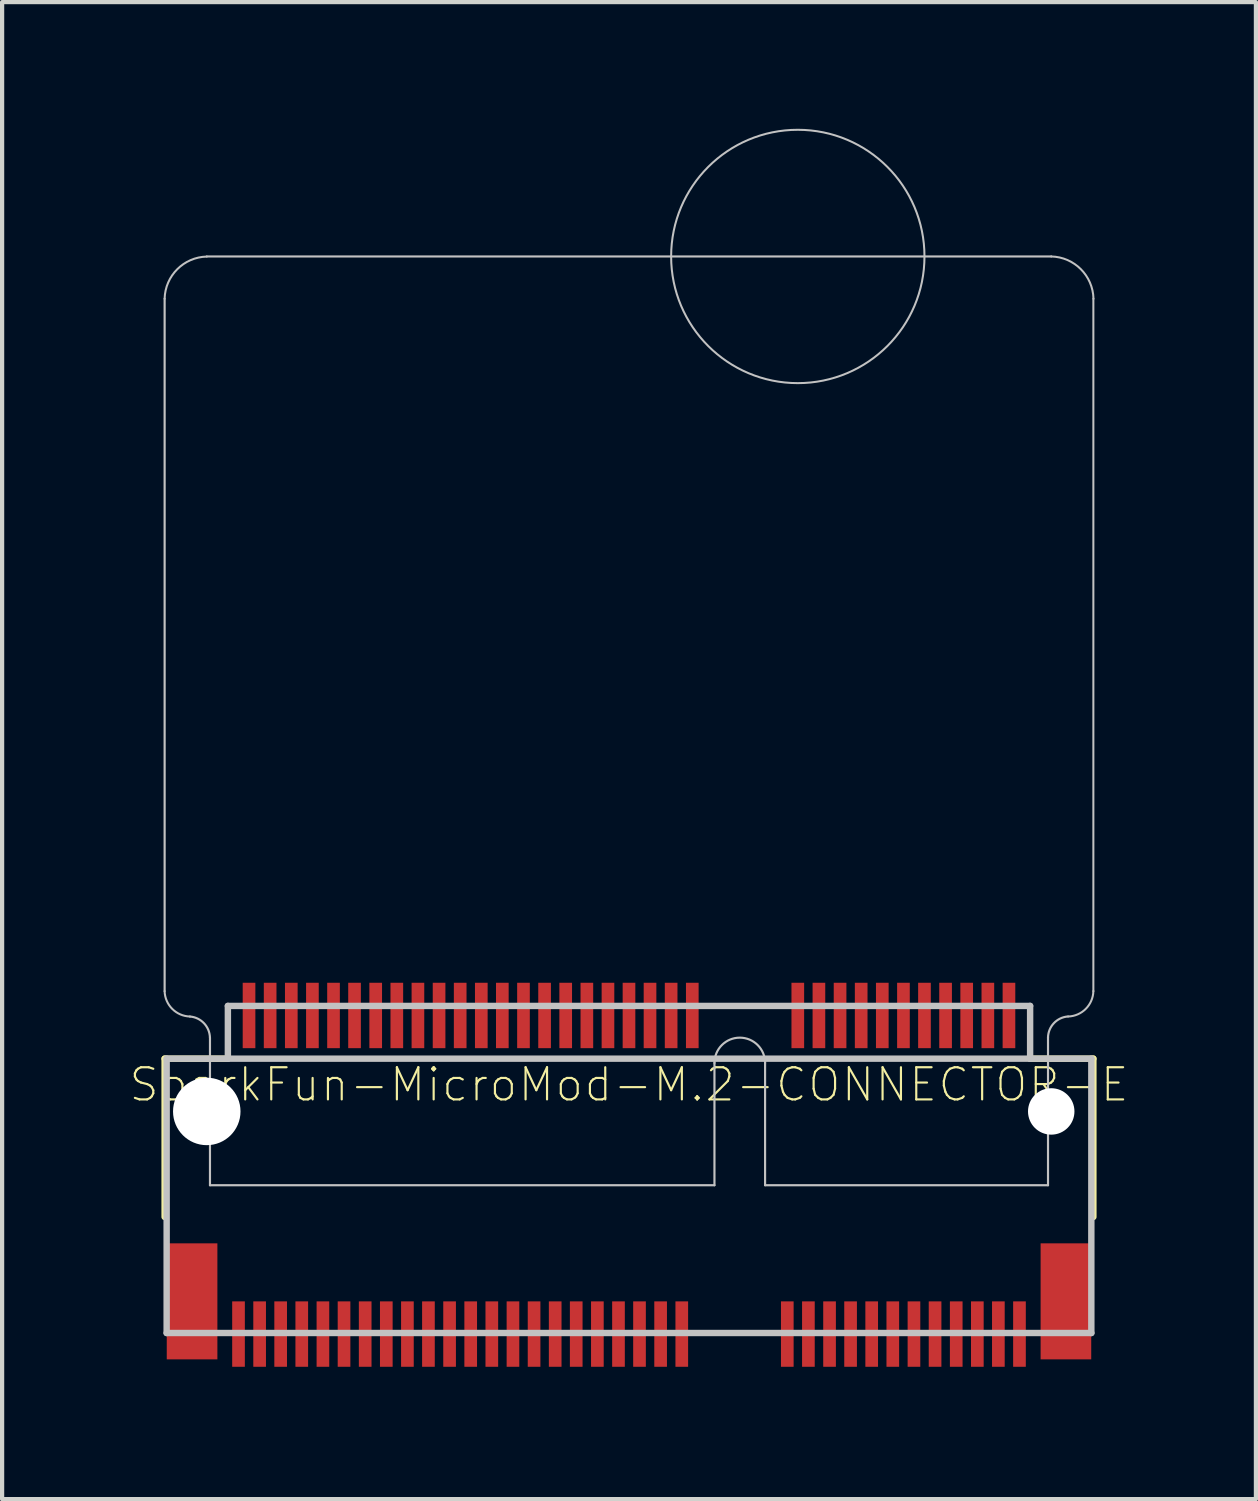
<source format=kicad_pcb>
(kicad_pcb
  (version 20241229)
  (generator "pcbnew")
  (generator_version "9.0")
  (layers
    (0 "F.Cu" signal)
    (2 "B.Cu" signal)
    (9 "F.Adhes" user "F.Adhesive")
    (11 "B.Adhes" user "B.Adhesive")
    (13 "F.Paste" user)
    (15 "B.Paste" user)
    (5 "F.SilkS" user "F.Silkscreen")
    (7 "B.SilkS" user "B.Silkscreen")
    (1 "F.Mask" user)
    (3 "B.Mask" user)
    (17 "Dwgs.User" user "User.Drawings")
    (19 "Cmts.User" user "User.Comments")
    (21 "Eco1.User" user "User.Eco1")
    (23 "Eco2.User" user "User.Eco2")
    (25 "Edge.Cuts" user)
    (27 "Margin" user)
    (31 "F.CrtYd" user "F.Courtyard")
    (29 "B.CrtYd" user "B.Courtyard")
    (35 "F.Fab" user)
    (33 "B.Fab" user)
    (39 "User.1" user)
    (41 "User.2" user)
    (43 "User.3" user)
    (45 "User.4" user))
  (footprint "SparkFun-MicroMod-M.2-CONNECTOR-E"
    (layer "F.Cu")
    (at 11.847 23.273)
    (property "Reference" "SparkFun-MicroMod-M.2-CONNECTOR-E" (at 0 -0.635 0) (layer "F.SilkS") (effects (font (size 0.762 0.762) (thickness 0.051))))
    (attr smd)
    (fp_line (start -10.998 2.499) (end -10.998 -1.25) (stroke (width 0.152) (type solid)) (layer "F.SilkS"))
    (fp_line (start -9.5 -1.25) (end -10.998 -1.25) (stroke (width 0.152) (type solid)) (layer "F.SilkS"))
    (fp_line (start 10.998 -1.25) (end 9.5 -1.25) (stroke (width 0.152) (type solid)) (layer "F.SilkS"))
    (fp_line (start 10.998 2.499) (end 10.998 -1.25) (stroke (width 0.152) (type solid)) (layer "F.SilkS"))
    (fp_line (start -9.398 4.399) (end -9.098 4.399) (stroke (width 0.066) (type solid)) (layer "F.Paste"))
    (fp_line (start -9.398 6.149) (end -9.398 4.399) (stroke (width 0.066) (type solid)) (layer "F.Paste"))
    (fp_line (start -9.398 6.149) (end -9.098 6.149) (stroke (width 0.066) (type solid)) (layer "F.Paste"))
    (fp_line (start -9.149 -3.15) (end -8.849 -3.15) (stroke (width 0.066) (type solid)) (layer "F.Paste"))
    (fp_line (start -9.149 -1.4) (end -9.149 -3.15) (stroke (width 0.066) (type solid)) (layer "F.Paste"))
    (fp_line (start -9.149 -1.4) (end -8.849 -1.4) (stroke (width 0.066) (type solid)) (layer "F.Paste"))
    (fp_line (start -9.098 6.149) (end -9.098 4.399) (stroke (width 0.066) (type solid)) (layer "F.Paste"))
    (fp_line (start -8.898 4.399) (end -8.598 4.399) (stroke (width 0.066) (type solid)) (layer "F.Paste"))
    (fp_line (start -8.898 6.149) (end -8.898 4.399) (stroke (width 0.066) (type solid)) (layer "F.Paste"))
    (fp_line (start -8.898 6.149) (end -8.598 6.149) (stroke (width 0.066) (type solid)) (layer "F.Paste"))
    (fp_line (start -8.849 -1.4) (end -8.849 -3.15) (stroke (width 0.066) (type solid)) (layer "F.Paste"))
    (fp_line (start -8.649 -3.15) (end -8.349 -3.15) (stroke (width 0.066) (type solid)) (layer "F.Paste"))
    (fp_line (start -8.649 -1.4) (end -8.649 -3.15) (stroke (width 0.066) (type solid)) (layer "F.Paste"))
    (fp_line (start -8.649 -1.4) (end -8.349 -1.4) (stroke (width 0.066) (type solid)) (layer "F.Paste"))
    (fp_line (start -8.598 6.149) (end -8.598 4.399) (stroke (width 0.066) (type solid)) (layer "F.Paste"))
    (fp_line (start -8.4 4.399) (end -8.098 4.399) (stroke (width 0.066) (type solid)) (layer "F.Paste"))
    (fp_line (start -8.4 6.149) (end -8.4 4.399) (stroke (width 0.066) (type solid)) (layer "F.Paste"))
    (fp_line (start -8.4 6.149) (end -8.098 6.149) (stroke (width 0.066) (type solid)) (layer "F.Paste"))
    (fp_line (start -8.349 -1.4) (end -8.349 -3.15) (stroke (width 0.066) (type solid)) (layer "F.Paste"))
    (fp_line (start -8.148 -3.15) (end -7.849 -3.15) (stroke (width 0.066) (type solid)) (layer "F.Paste"))
    (fp_line (start -8.148 -1.4) (end -8.148 -3.15) (stroke (width 0.066) (type solid)) (layer "F.Paste"))
    (fp_line (start -8.148 -1.4) (end -7.849 -1.4) (stroke (width 0.066) (type solid)) (layer "F.Paste"))
    (fp_line (start -8.098 6.149) (end -8.098 4.399) (stroke (width 0.066) (type solid)) (layer "F.Paste"))
    (fp_line (start -7.899 4.399) (end -7.6 4.399) (stroke (width 0.066) (type solid)) (layer "F.Paste"))
    (fp_line (start -7.899 6.149) (end -7.899 4.399) (stroke (width 0.066) (type solid)) (layer "F.Paste"))
    (fp_line (start -7.899 6.149) (end -7.6 6.149) (stroke (width 0.066) (type solid)) (layer "F.Paste"))
    (fp_line (start -7.849 -1.4) (end -7.849 -3.15) (stroke (width 0.066) (type solid)) (layer "F.Paste"))
    (fp_line (start -7.648 -3.15) (end -7.348 -3.15) (stroke (width 0.066) (type solid)) (layer "F.Paste"))
    (fp_line (start -7.648 -1.4) (end -7.648 -3.15) (stroke (width 0.066) (type solid)) (layer "F.Paste"))
    (fp_line (start -7.648 -1.4) (end -7.348 -1.4) (stroke (width 0.066) (type solid)) (layer "F.Paste"))
    (fp_line (start -7.6 6.149) (end -7.6 4.399) (stroke (width 0.066) (type solid)) (layer "F.Paste"))
    (fp_line (start -7.399 4.399) (end -7.099 4.399) (stroke (width 0.066) (type solid)) (layer "F.Paste"))
    (fp_line (start -7.399 6.149) (end -7.399 4.399) (stroke (width 0.066) (type solid)) (layer "F.Paste"))
    (fp_line (start -7.399 6.149) (end -7.099 6.149) (stroke (width 0.066) (type solid)) (layer "F.Paste"))
    (fp_line (start -7.348 -1.4) (end -7.348 -3.15) (stroke (width 0.066) (type solid)) (layer "F.Paste"))
    (fp_line (start -7.148 -3.15) (end -6.848 -3.15) (stroke (width 0.066) (type solid)) (layer "F.Paste"))
    (fp_line (start -7.148 -1.4) (end -7.148 -3.15) (stroke (width 0.066) (type solid)) (layer "F.Paste"))
    (fp_line (start -7.148 -1.4) (end -6.848 -1.4) (stroke (width 0.066) (type solid)) (layer "F.Paste"))
    (fp_line (start -7.099 6.149) (end -7.099 4.399) (stroke (width 0.066) (type solid)) (layer "F.Paste"))
    (fp_line (start -6.899 4.399) (end -6.599 4.399) (stroke (width 0.066) (type solid)) (layer "F.Paste"))
    (fp_line (start -6.899 6.149) (end -6.899 4.399) (stroke (width 0.066) (type solid)) (layer "F.Paste"))
    (fp_line (start -6.899 6.149) (end -6.599 6.149) (stroke (width 0.066) (type solid)) (layer "F.Paste"))
    (fp_line (start -6.848 -1.4) (end -6.848 -3.15) (stroke (width 0.066) (type solid)) (layer "F.Paste"))
    (fp_line (start -6.65 -3.15) (end -6.35 -3.15) (stroke (width 0.066) (type solid)) (layer "F.Paste"))
    (fp_line (start -6.65 -1.4) (end -6.65 -3.15) (stroke (width 0.066) (type solid)) (layer "F.Paste"))
    (fp_line (start -6.65 -1.4) (end -6.35 -1.4) (stroke (width 0.066) (type solid)) (layer "F.Paste"))
    (fp_line (start -6.599 6.149) (end -6.599 4.399) (stroke (width 0.066) (type solid)) (layer "F.Paste"))
    (fp_line (start -6.398 4.399) (end -6.099 4.399) (stroke (width 0.066) (type solid)) (layer "F.Paste"))
    (fp_line (start -6.398 6.149) (end -6.398 4.399) (stroke (width 0.066) (type solid)) (layer "F.Paste"))
    (fp_line (start -6.398 6.149) (end -6.099 6.149) (stroke (width 0.066) (type solid)) (layer "F.Paste"))
    (fp_line (start -6.35 -1.4) (end -6.35 -3.15) (stroke (width 0.066) (type solid)) (layer "F.Paste"))
    (fp_line (start -6.149 -3.15) (end -5.85 -3.15) (stroke (width 0.066) (type solid)) (layer "F.Paste"))
    (fp_line (start -6.149 -1.4) (end -6.149 -3.15) (stroke (width 0.066) (type solid)) (layer "F.Paste"))
    (fp_line (start -6.149 -1.4) (end -5.85 -1.4) (stroke (width 0.066) (type solid)) (layer "F.Paste"))
    (fp_line (start -6.099 6.149) (end -6.099 4.399) (stroke (width 0.066) (type solid)) (layer "F.Paste"))
    (fp_line (start -5.898 4.399) (end -5.598 4.399) (stroke (width 0.066) (type solid)) (layer "F.Paste"))
    (fp_line (start -5.898 6.149) (end -5.898 4.399) (stroke (width 0.066) (type solid)) (layer "F.Paste"))
    (fp_line (start -5.898 6.149) (end -5.598 6.149) (stroke (width 0.066) (type solid)) (layer "F.Paste"))
    (fp_line (start -5.85 -1.4) (end -5.85 -3.15) (stroke (width 0.066) (type solid)) (layer "F.Paste"))
    (fp_line (start -5.649 -3.15) (end -5.349 -3.15) (stroke (width 0.066) (type solid)) (layer "F.Paste"))
    (fp_line (start -5.649 -1.4) (end -5.649 -3.15) (stroke (width 0.066) (type solid)) (layer "F.Paste"))
    (fp_line (start -5.649 -1.4) (end -5.349 -1.4) (stroke (width 0.066) (type solid)) (layer "F.Paste"))
    (fp_line (start -5.598 6.149) (end -5.598 4.399) (stroke (width 0.066) (type solid)) (layer "F.Paste"))
    (fp_line (start -5.397 4.399) (end -5.098 4.399) (stroke (width 0.066) (type solid)) (layer "F.Paste"))
    (fp_line (start -5.397 6.149) (end -5.397 4.399) (stroke (width 0.066) (type solid)) (layer "F.Paste"))
    (fp_line (start -5.397 6.149) (end -5.098 6.149) (stroke (width 0.066) (type solid)) (layer "F.Paste"))
    (fp_line (start -5.349 -1.4) (end -5.349 -3.15) (stroke (width 0.066) (type solid)) (layer "F.Paste"))
    (fp_line (start -5.149 -3.15) (end -4.849 -3.15) (stroke (width 0.066) (type solid)) (layer "F.Paste"))
    (fp_line (start -5.149 -1.4) (end -5.149 -3.15) (stroke (width 0.066) (type solid)) (layer "F.Paste"))
    (fp_line (start -5.149 -1.4) (end -4.849 -1.4) (stroke (width 0.066) (type solid)) (layer "F.Paste"))
    (fp_line (start -5.098 6.149) (end -5.098 4.399) (stroke (width 0.066) (type solid)) (layer "F.Paste"))
    (fp_line (start -4.9 4.399) (end -4.6 4.399) (stroke (width 0.066) (type solid)) (layer "F.Paste"))
    (fp_line (start -4.9 6.149) (end -4.9 4.399) (stroke (width 0.066) (type solid)) (layer "F.Paste"))
    (fp_line (start -4.9 6.149) (end -4.6 6.149) (stroke (width 0.066) (type solid)) (layer "F.Paste"))
    (fp_line (start -4.849 -1.4) (end -4.849 -3.15) (stroke (width 0.066) (type solid)) (layer "F.Paste"))
    (fp_line (start -4.648 -3.15) (end -4.348 -3.15) (stroke (width 0.066) (type solid)) (layer "F.Paste"))
    (fp_line (start -4.648 -1.4) (end -4.648 -3.15) (stroke (width 0.066) (type solid)) (layer "F.Paste"))
    (fp_line (start -4.648 -1.4) (end -4.348 -1.4) (stroke (width 0.066) (type solid)) (layer "F.Paste"))
    (fp_line (start -4.6 6.149) (end -4.6 4.399) (stroke (width 0.066) (type solid)) (layer "F.Paste"))
    (fp_line (start -4.399 4.399) (end -4.1 4.399) (stroke (width 0.066) (type solid)) (layer "F.Paste"))
    (fp_line (start -4.399 6.149) (end -4.399 4.399) (stroke (width 0.066) (type solid)) (layer "F.Paste"))
    (fp_line (start -4.399 6.149) (end -4.1 6.149) (stroke (width 0.066) (type solid)) (layer "F.Paste"))
    (fp_line (start -4.348 -1.4) (end -4.348 -3.15) (stroke (width 0.066) (type solid)) (layer "F.Paste"))
    (fp_line (start -4.148 -3.15) (end -3.848 -3.15) (stroke (width 0.066) (type solid)) (layer "F.Paste"))
    (fp_line (start -4.148 -1.4) (end -4.148 -3.15) (stroke (width 0.066) (type solid)) (layer "F.Paste"))
    (fp_line (start -4.148 -1.4) (end -3.848 -1.4) (stroke (width 0.066) (type solid)) (layer "F.Paste"))
    (fp_line (start -4.1 6.149) (end -4.1 4.399) (stroke (width 0.066) (type solid)) (layer "F.Paste"))
    (fp_line (start -3.899 4.399) (end -3.599 4.399) (stroke (width 0.066) (type solid)) (layer "F.Paste"))
    (fp_line (start -3.899 6.149) (end -3.899 4.399) (stroke (width 0.066) (type solid)) (layer "F.Paste"))
    (fp_line (start -3.899 6.149) (end -3.599 6.149) (stroke (width 0.066) (type solid)) (layer "F.Paste"))
    (fp_line (start -3.848 -1.4) (end -3.848 -3.15) (stroke (width 0.066) (type solid)) (layer "F.Paste"))
    (fp_line (start -3.65 -3.15) (end -3.348 -3.15) (stroke (width 0.066) (type solid)) (layer "F.Paste"))
    (fp_line (start -3.65 -1.4) (end -3.65 -3.15) (stroke (width 0.066) (type solid)) (layer "F.Paste"))
    (fp_line (start -3.65 -1.4) (end -3.348 -1.4) (stroke (width 0.066) (type solid)) (layer "F.Paste"))
    (fp_line (start -3.599 6.149) (end -3.599 4.399) (stroke (width 0.066) (type solid)) (layer "F.Paste"))
    (fp_line (start -3.399 4.399) (end -3.099 4.399) (stroke (width 0.066) (type solid)) (layer "F.Paste"))
    (fp_line (start -3.399 6.149) (end -3.399 4.399) (stroke (width 0.066) (type solid)) (layer "F.Paste"))
    (fp_line (start -3.399 6.149) (end -3.099 6.149) (stroke (width 0.066) (type solid)) (layer "F.Paste"))
    (fp_line (start -3.348 -1.4) (end -3.348 -3.15) (stroke (width 0.066) (type solid)) (layer "F.Paste"))
    (fp_line (start -3.15 -3.15) (end -2.85 -3.15) (stroke (width 0.066) (type solid)) (layer "F.Paste"))
    (fp_line (start -3.15 -1.4) (end -3.15 -3.15) (stroke (width 0.066) (type solid)) (layer "F.Paste"))
    (fp_line (start -3.15 -1.4) (end -2.85 -1.4) (stroke (width 0.066) (type solid)) (layer "F.Paste"))
    (fp_line (start -3.099 6.149) (end -3.099 4.399) (stroke (width 0.066) (type solid)) (layer "F.Paste"))
    (fp_line (start -2.898 4.399) (end -2.598 4.399) (stroke (width 0.066) (type solid)) (layer "F.Paste"))
    (fp_line (start -2.898 6.149) (end -2.898 4.399) (stroke (width 0.066) (type solid)) (layer "F.Paste"))
    (fp_line (start -2.898 6.149) (end -2.598 6.149) (stroke (width 0.066) (type solid)) (layer "F.Paste"))
    (fp_line (start -2.85 -1.4) (end -2.85 -3.15) (stroke (width 0.066) (type solid)) (layer "F.Paste"))
    (fp_line (start -2.649 -3.15) (end -2.349 -3.15) (stroke (width 0.066) (type solid)) (layer "F.Paste"))
    (fp_line (start -2.649 -1.4) (end -2.649 -3.15) (stroke (width 0.066) (type solid)) (layer "F.Paste"))
    (fp_line (start -2.649 -1.4) (end -2.349 -1.4) (stroke (width 0.066) (type solid)) (layer "F.Paste"))
    (fp_line (start -2.598 6.149) (end -2.598 4.399) (stroke (width 0.066) (type solid)) (layer "F.Paste"))
    (fp_line (start -2.398 4.399) (end -2.098 4.399) (stroke (width 0.066) (type solid)) (layer "F.Paste"))
    (fp_line (start -2.398 6.149) (end -2.398 4.399) (stroke (width 0.066) (type solid)) (layer "F.Paste"))
    (fp_line (start -2.398 6.149) (end -2.098 6.149) (stroke (width 0.066) (type solid)) (layer "F.Paste"))
    (fp_line (start -2.349 -1.4) (end -2.349 -3.15) (stroke (width 0.066) (type solid)) (layer "F.Paste"))
    (fp_line (start -2.149 -3.15) (end -1.849 -3.15) (stroke (width 0.066) (type solid)) (layer "F.Paste"))
    (fp_line (start -2.149 -1.4) (end -2.149 -3.15) (stroke (width 0.066) (type solid)) (layer "F.Paste"))
    (fp_line (start -2.149 -1.4) (end -1.849 -1.4) (stroke (width 0.066) (type solid)) (layer "F.Paste"))
    (fp_line (start -2.098 6.149) (end -2.098 4.399) (stroke (width 0.066) (type solid)) (layer "F.Paste"))
    (fp_line (start -1.9 4.399) (end -1.598 4.399) (stroke (width 0.066) (type solid)) (layer "F.Paste"))
    (fp_line (start -1.9 6.149) (end -1.9 4.399) (stroke (width 0.066) (type solid)) (layer "F.Paste"))
    (fp_line (start -1.9 6.149) (end -1.598 6.149) (stroke (width 0.066) (type solid)) (layer "F.Paste"))
    (fp_line (start -1.849 -1.4) (end -1.849 -3.15) (stroke (width 0.066) (type solid)) (layer "F.Paste"))
    (fp_line (start -1.648 -3.15) (end -1.349 -3.15) (stroke (width 0.066) (type solid)) (layer "F.Paste"))
    (fp_line (start -1.648 -1.4) (end -1.648 -3.15) (stroke (width 0.066) (type solid)) (layer "F.Paste"))
    (fp_line (start -1.648 -1.4) (end -1.349 -1.4) (stroke (width 0.066) (type solid)) (layer "F.Paste"))
    (fp_line (start -1.598 6.149) (end -1.598 4.399) (stroke (width 0.066) (type solid)) (layer "F.Paste"))
    (fp_line (start -1.4 4.399) (end -1.1 4.399) (stroke (width 0.066) (type solid)) (layer "F.Paste"))
    (fp_line (start -1.4 6.149) (end -1.4 4.399) (stroke (width 0.066) (type solid)) (layer "F.Paste"))
    (fp_line (start -1.4 6.149) (end -1.1 6.149) (stroke (width 0.066) (type solid)) (layer "F.Paste"))
    (fp_line (start -1.349 -1.4) (end -1.349 -3.15) (stroke (width 0.066) (type solid)) (layer "F.Paste"))
    (fp_line (start -1.148 -3.15) (end -0.848 -3.15) (stroke (width 0.066) (type solid)) (layer "F.Paste"))
    (fp_line (start -1.148 -1.4) (end -1.148 -3.15) (stroke (width 0.066) (type solid)) (layer "F.Paste"))
    (fp_line (start -1.148 -1.4) (end -0.848 -1.4) (stroke (width 0.066) (type solid)) (layer "F.Paste"))
    (fp_line (start -1.1 6.149) (end -1.1 4.399) (stroke (width 0.066) (type solid)) (layer "F.Paste"))
    (fp_line (start -0.899 4.399) (end -0.599 4.399) (stroke (width 0.066) (type solid)) (layer "F.Paste"))
    (fp_line (start -0.899 6.149) (end -0.899 4.399) (stroke (width 0.066) (type solid)) (layer "F.Paste"))
    (fp_line (start -0.899 6.149) (end -0.599 6.149) (stroke (width 0.066) (type solid)) (layer "F.Paste"))
    (fp_line (start -0.848 -1.4) (end -0.848 -3.15) (stroke (width 0.066) (type solid)) (layer "F.Paste"))
    (fp_line (start -0.648 -3.15) (end -0.348 -3.15) (stroke (width 0.066) (type solid)) (layer "F.Paste"))
    (fp_line (start -0.648 -1.4) (end -0.648 -3.15) (stroke (width 0.066) (type solid)) (layer "F.Paste"))
    (fp_line (start -0.648 -1.4) (end -0.348 -1.4) (stroke (width 0.066) (type solid)) (layer "F.Paste"))
    (fp_line (start -0.599 6.149) (end -0.599 4.399) (stroke (width 0.066) (type solid)) (layer "F.Paste"))
    (fp_line (start -0.399 4.399) (end -0.099 4.399) (stroke (width 0.066) (type solid)) (layer "F.Paste"))
    (fp_line (start -0.399 6.149) (end -0.399 4.399) (stroke (width 0.066) (type solid)) (layer "F.Paste"))
    (fp_line (start -0.399 6.149) (end -0.099 6.149) (stroke (width 0.066) (type solid)) (layer "F.Paste"))
    (fp_line (start -0.348 -1.4) (end -0.348 -3.15) (stroke (width 0.066) (type solid)) (layer "F.Paste"))
    (fp_line (start -0.15 -3.15) (end 0.15 -3.15) (stroke (width 0.066) (type solid)) (layer "F.Paste"))
    (fp_line (start -0.15 -1.4) (end -0.15 -3.15) (stroke (width 0.066) (type solid)) (layer "F.Paste"))
    (fp_line (start -0.15 -1.4) (end 0.15 -1.4) (stroke (width 0.066) (type solid)) (layer "F.Paste"))
    (fp_line (start -0.099 6.149) (end -0.099 4.399) (stroke (width 0.066) (type solid)) (layer "F.Paste"))
    (fp_line (start 0.099 4.399) (end 0.399 4.399) (stroke (width 0.066) (type solid)) (layer "F.Paste"))
    (fp_line (start 0.099 6.149) (end 0.099 4.399) (stroke (width 0.066) (type solid)) (layer "F.Paste"))
    (fp_line (start 0.099 6.149) (end 0.399 6.149) (stroke (width 0.066) (type solid)) (layer "F.Paste"))
    (fp_line (start 0.15 -1.4) (end 0.15 -3.15) (stroke (width 0.066) (type solid)) (layer "F.Paste"))
    (fp_line (start 0.348 -3.15) (end 0.648 -3.15) (stroke (width 0.066) (type solid)) (layer "F.Paste"))
    (fp_line (start 0.348 -1.4) (end 0.348 -3.15) (stroke (width 0.066) (type solid)) (layer "F.Paste"))
    (fp_line (start 0.348 -1.4) (end 0.648 -1.4) (stroke (width 0.066) (type solid)) (layer "F.Paste"))
    (fp_line (start 0.399 6.149) (end 0.399 4.399) (stroke (width 0.066) (type solid)) (layer "F.Paste"))
    (fp_line (start 0.599 4.399) (end 0.899 4.399) (stroke (width 0.066) (type solid)) (layer "F.Paste"))
    (fp_line (start 0.599 6.149) (end 0.599 4.399) (stroke (width 0.066) (type solid)) (layer "F.Paste"))
    (fp_line (start 0.599 6.149) (end 0.899 6.149) (stroke (width 0.066) (type solid)) (layer "F.Paste"))
    (fp_line (start 0.648 -1.4) (end 0.648 -3.15) (stroke (width 0.066) (type solid)) (layer "F.Paste"))
    (fp_line (start 0.848 -3.15) (end 1.148 -3.15) (stroke (width 0.066) (type solid)) (layer "F.Paste"))
    (fp_line (start 0.848 -1.4) (end 0.848 -3.15) (stroke (width 0.066) (type solid)) (layer "F.Paste"))
    (fp_line (start 0.848 -1.4) (end 1.148 -1.4) (stroke (width 0.066) (type solid)) (layer "F.Paste"))
    (fp_line (start 0.899 6.149) (end 0.899 4.399) (stroke (width 0.066) (type solid)) (layer "F.Paste"))
    (fp_line (start 1.1 4.399) (end 1.4 4.399) (stroke (width 0.066) (type solid)) (layer "F.Paste"))
    (fp_line (start 1.1 6.149) (end 1.1 4.399) (stroke (width 0.066) (type solid)) (layer "F.Paste"))
    (fp_line (start 1.1 6.149) (end 1.4 6.149) (stroke (width 0.066) (type solid)) (layer "F.Paste"))
    (fp_line (start 1.148 -1.4) (end 1.148 -3.15) (stroke (width 0.066) (type solid)) (layer "F.Paste"))
    (fp_line (start 1.349 -3.15) (end 1.648 -3.15) (stroke (width 0.066) (type solid)) (layer "F.Paste"))
    (fp_line (start 1.349 -1.4) (end 1.349 -3.15) (stroke (width 0.066) (type solid)) (layer "F.Paste"))
    (fp_line (start 1.349 -1.4) (end 1.648 -1.4) (stroke (width 0.066) (type solid)) (layer "F.Paste"))
    (fp_line (start 1.4 6.149) (end 1.4 4.399) (stroke (width 0.066) (type solid)) (layer "F.Paste"))
    (fp_line (start 1.648 -1.4) (end 1.648 -3.15) (stroke (width 0.066) (type solid)) (layer "F.Paste"))
    (fp_line (start 3.599 4.399) (end 3.899 4.399) (stroke (width 0.066) (type solid)) (layer "F.Paste"))
    (fp_line (start 3.599 6.149) (end 3.599 4.399) (stroke (width 0.066) (type solid)) (layer "F.Paste"))
    (fp_line (start 3.599 6.149) (end 3.899 6.149) (stroke (width 0.066) (type solid)) (layer "F.Paste"))
    (fp_line (start 3.848 -3.15) (end 4.148 -3.15) (stroke (width 0.066) (type solid)) (layer "F.Paste"))
    (fp_line (start 3.848 -1.4) (end 3.848 -3.15) (stroke (width 0.066) (type solid)) (layer "F.Paste"))
    (fp_line (start 3.848 -1.4) (end 4.148 -1.4) (stroke (width 0.066) (type solid)) (layer "F.Paste"))
    (fp_line (start 3.899 6.149) (end 3.899 4.399) (stroke (width 0.066) (type solid)) (layer "F.Paste"))
    (fp_line (start 4.1 4.399) (end 4.399 4.399) (stroke (width 0.066) (type solid)) (layer "F.Paste"))
    (fp_line (start 4.1 6.149) (end 4.1 4.399) (stroke (width 0.066) (type solid)) (layer "F.Paste"))
    (fp_line (start 4.1 6.149) (end 4.399 6.149) (stroke (width 0.066) (type solid)) (layer "F.Paste"))
    (fp_line (start 4.148 -1.4) (end 4.148 -3.15) (stroke (width 0.066) (type solid)) (layer "F.Paste"))
    (fp_line (start 4.348 -3.15) (end 4.648 -3.15) (stroke (width 0.066) (type solid)) (layer "F.Paste"))
    (fp_line (start 4.348 -1.4) (end 4.348 -3.15) (stroke (width 0.066) (type solid)) (layer "F.Paste"))
    (fp_line (start 4.348 -1.4) (end 4.648 -1.4) (stroke (width 0.066) (type solid)) (layer "F.Paste"))
    (fp_line (start 4.399 6.149) (end 4.399 4.399) (stroke (width 0.066) (type solid)) (layer "F.Paste"))
    (fp_line (start 4.6 4.399) (end 4.9 4.399) (stroke (width 0.066) (type solid)) (layer "F.Paste"))
    (fp_line (start 4.6 6.149) (end 4.6 4.399) (stroke (width 0.066) (type solid)) (layer "F.Paste"))
    (fp_line (start 4.6 6.149) (end 4.9 6.149) (stroke (width 0.066) (type solid)) (layer "F.Paste"))
    (fp_line (start 4.648 -1.4) (end 4.648 -3.15) (stroke (width 0.066) (type solid)) (layer "F.Paste"))
    (fp_line (start 4.849 -3.15) (end 5.149 -3.15) (stroke (width 0.066) (type solid)) (layer "F.Paste"))
    (fp_line (start 4.849 -1.4) (end 4.849 -3.15) (stroke (width 0.066) (type solid)) (layer "F.Paste"))
    (fp_line (start 4.849 -1.4) (end 5.149 -1.4) (stroke (width 0.066) (type solid)) (layer "F.Paste"))
    (fp_line (start 4.9 6.149) (end 4.9 4.399) (stroke (width 0.066) (type solid)) (layer "F.Paste"))
    (fp_line (start 5.098 4.399) (end 5.397 4.399) (stroke (width 0.066) (type solid)) (layer "F.Paste"))
    (fp_line (start 5.098 6.149) (end 5.098 4.399) (stroke (width 0.066) (type solid)) (layer "F.Paste"))
    (fp_line (start 5.098 6.149) (end 5.397 6.149) (stroke (width 0.066) (type solid)) (layer "F.Paste"))
    (fp_line (start 5.149 -1.4) (end 5.149 -3.15) (stroke (width 0.066) (type solid)) (layer "F.Paste"))
    (fp_line (start 5.349 -3.15) (end 5.649 -3.15) (stroke (width 0.066) (type solid)) (layer "F.Paste"))
    (fp_line (start 5.349 -1.4) (end 5.349 -3.15) (stroke (width 0.066) (type solid)) (layer "F.Paste"))
    (fp_line (start 5.349 -1.4) (end 5.649 -1.4) (stroke (width 0.066) (type solid)) (layer "F.Paste"))
    (fp_line (start 5.397 6.149) (end 5.397 4.399) (stroke (width 0.066) (type solid)) (layer "F.Paste"))
    (fp_line (start 5.598 4.399) (end 5.898 4.399) (stroke (width 0.066) (type solid)) (layer "F.Paste"))
    (fp_line (start 5.598 6.149) (end 5.598 4.399) (stroke (width 0.066) (type solid)) (layer "F.Paste"))
    (fp_line (start 5.598 6.149) (end 5.898 6.149) (stroke (width 0.066) (type solid)) (layer "F.Paste"))
    (fp_line (start 5.649 -1.4) (end 5.649 -3.15) (stroke (width 0.066) (type solid)) (layer "F.Paste"))
    (fp_line (start 5.85 -3.15) (end 6.149 -3.15) (stroke (width 0.066) (type solid)) (layer "F.Paste"))
    (fp_line (start 5.85 -1.4) (end 5.85 -3.15) (stroke (width 0.066) (type solid)) (layer "F.Paste"))
    (fp_line (start 5.85 -1.4) (end 6.149 -1.4) (stroke (width 0.066) (type solid)) (layer "F.Paste"))
    (fp_line (start 5.898 6.149) (end 5.898 4.399) (stroke (width 0.066) (type solid)) (layer "F.Paste"))
    (fp_line (start 6.099 4.399) (end 6.398 4.399) (stroke (width 0.066) (type solid)) (layer "F.Paste"))
    (fp_line (start 6.099 6.149) (end 6.099 4.399) (stroke (width 0.066) (type solid)) (layer "F.Paste"))
    (fp_line (start 6.099 6.149) (end 6.398 6.149) (stroke (width 0.066) (type solid)) (layer "F.Paste"))
    (fp_line (start 6.149 -1.4) (end 6.149 -3.15) (stroke (width 0.066) (type solid)) (layer "F.Paste"))
    (fp_line (start 6.35 -3.15) (end 6.65 -3.15) (stroke (width 0.066) (type solid)) (layer "F.Paste"))
    (fp_line (start 6.35 -1.4) (end 6.35 -3.15) (stroke (width 0.066) (type solid)) (layer "F.Paste"))
    (fp_line (start 6.35 -1.4) (end 6.65 -1.4) (stroke (width 0.066) (type solid)) (layer "F.Paste"))
    (fp_line (start 6.398 6.149) (end 6.398 4.399) (stroke (width 0.066) (type solid)) (layer "F.Paste"))
    (fp_line (start 6.599 4.399) (end 6.899 4.399) (stroke (width 0.066) (type solid)) (layer "F.Paste"))
    (fp_line (start 6.599 6.149) (end 6.599 4.399) (stroke (width 0.066) (type solid)) (layer "F.Paste"))
    (fp_line (start 6.599 6.149) (end 6.899 6.149) (stroke (width 0.066) (type solid)) (layer "F.Paste"))
    (fp_line (start 6.65 -1.4) (end 6.65 -3.15) (stroke (width 0.066) (type solid)) (layer "F.Paste"))
    (fp_line (start 6.848 -3.15) (end 7.148 -3.15) (stroke (width 0.066) (type solid)) (layer "F.Paste"))
    (fp_line (start 6.848 -1.4) (end 6.848 -3.15) (stroke (width 0.066) (type solid)) (layer "F.Paste"))
    (fp_line (start 6.848 -1.4) (end 7.148 -1.4) (stroke (width 0.066) (type solid)) (layer "F.Paste"))
    (fp_line (start 6.899 6.149) (end 6.899 4.399) (stroke (width 0.066) (type solid)) (layer "F.Paste"))
    (fp_line (start 7.099 4.399) (end 7.399 4.399) (stroke (width 0.066) (type solid)) (layer "F.Paste"))
    (fp_line (start 7.099 6.149) (end 7.099 4.399) (stroke (width 0.066) (type solid)) (layer "F.Paste"))
    (fp_line (start 7.099 6.149) (end 7.399 6.149) (stroke (width 0.066) (type solid)) (layer "F.Paste"))
    (fp_line (start 7.148 -1.4) (end 7.148 -3.15) (stroke (width 0.066) (type solid)) (layer "F.Paste"))
    (fp_line (start 7.348 -3.15) (end 7.648 -3.15) (stroke (width 0.066) (type solid)) (layer "F.Paste"))
    (fp_line (start 7.348 -1.4) (end 7.348 -3.15) (stroke (width 0.066) (type solid)) (layer "F.Paste"))
    (fp_line (start 7.348 -1.4) (end 7.648 -1.4) (stroke (width 0.066) (type solid)) (layer "F.Paste"))
    (fp_line (start 7.399 6.149) (end 7.399 4.399) (stroke (width 0.066) (type solid)) (layer "F.Paste"))
    (fp_line (start 7.6 4.399) (end 7.899 4.399) (stroke (width 0.066) (type solid)) (layer "F.Paste"))
    (fp_line (start 7.6 6.149) (end 7.6 4.399) (stroke (width 0.066) (type solid)) (layer "F.Paste"))
    (fp_line (start 7.6 6.149) (end 7.899 6.149) (stroke (width 0.066) (type solid)) (layer "F.Paste"))
    (fp_line (start 7.648 -1.4) (end 7.648 -3.15) (stroke (width 0.066) (type solid)) (layer "F.Paste"))
    (fp_line (start 7.849 -3.15) (end 8.148 -3.15) (stroke (width 0.066) (type solid)) (layer "F.Paste"))
    (fp_line (start 7.849 -1.4) (end 7.849 -3.15) (stroke (width 0.066) (type solid)) (layer "F.Paste"))
    (fp_line (start 7.849 -1.4) (end 8.148 -1.4) (stroke (width 0.066) (type solid)) (layer "F.Paste"))
    (fp_line (start 7.899 6.149) (end 7.899 4.399) (stroke (width 0.066) (type solid)) (layer "F.Paste"))
    (fp_line (start 8.098 4.399) (end 8.4 4.399) (stroke (width 0.066) (type solid)) (layer "F.Paste"))
    (fp_line (start 8.098 6.149) (end 8.098 4.399) (stroke (width 0.066) (type solid)) (layer "F.Paste"))
    (fp_line (start 8.098 6.149) (end 8.4 6.149) (stroke (width 0.066) (type solid)) (layer "F.Paste"))
    (fp_line (start 8.148 -1.4) (end 8.148 -3.15) (stroke (width 0.066) (type solid)) (layer "F.Paste"))
    (fp_line (start 8.349 -3.15) (end 8.649 -3.15) (stroke (width 0.066) (type solid)) (layer "F.Paste"))
    (fp_line (start 8.349 -1.4) (end 8.349 -3.15) (stroke (width 0.066) (type solid)) (layer "F.Paste"))
    (fp_line (start 8.349 -1.4) (end 8.649 -1.4) (stroke (width 0.066) (type solid)) (layer "F.Paste"))
    (fp_line (start 8.4 6.149) (end 8.4 4.399) (stroke (width 0.066) (type solid)) (layer "F.Paste"))
    (fp_line (start 8.598 4.399) (end 8.898 4.399) (stroke (width 0.066) (type solid)) (layer "F.Paste"))
    (fp_line (start 8.598 6.149) (end 8.598 4.399) (stroke (width 0.066) (type solid)) (layer "F.Paste"))
    (fp_line (start 8.598 6.149) (end 8.898 6.149) (stroke (width 0.066) (type solid)) (layer "F.Paste"))
    (fp_line (start 8.649 -1.4) (end 8.649 -3.15) (stroke (width 0.066) (type solid)) (layer "F.Paste"))
    (fp_line (start 8.849 -3.15) (end 9.149 -3.15) (stroke (width 0.066) (type solid)) (layer "F.Paste"))
    (fp_line (start 8.849 -1.4) (end 8.849 -3.15) (stroke (width 0.066) (type solid)) (layer "F.Paste"))
    (fp_line (start 8.849 -1.4) (end 9.149 -1.4) (stroke (width 0.066) (type solid)) (layer "F.Paste"))
    (fp_line (start 8.898 6.149) (end 8.898 4.399) (stroke (width 0.066) (type solid)) (layer "F.Paste"))
    (fp_line (start 9.098 4.399) (end 9.398 4.399) (stroke (width 0.066) (type solid)) (layer "F.Paste"))
    (fp_line (start 9.098 6.149) (end 9.098 4.399) (stroke (width 0.066) (type solid)) (layer "F.Paste"))
    (fp_line (start 9.098 6.149) (end 9.398 6.149) (stroke (width 0.066) (type solid)) (layer "F.Paste"))
    (fp_line (start 9.149 -1.4) (end 9.149 -3.15) (stroke (width 0.066) (type solid)) (layer "F.Paste"))
    (fp_line (start 9.398 6.149) (end 9.398 4.399) (stroke (width 0.066) (type solid)) (layer "F.Paste"))
    (fp_line (start -10.998 -19.248) (end -10.998 -2.85) (stroke (width 0.051) (type solid)) (layer "Dwgs.User"))
    (fp_line (start -10.95 -1.25) (end -10.95 5.248) (stroke (width 0.152) (type solid)) (layer "Dwgs.User"))
    (fp_line (start -10.95 5.248) (end 10.95 5.248) (stroke (width 0.152) (type solid)) (layer "Dwgs.User"))
    (fp_line (start -9.924 1.748) (end -9.924 -1.748) (stroke (width 0.051) (type solid)) (layer "Dwgs.User"))
    (fp_line (start -9.5 -2.499) (end -9.5 -1.25) (stroke (width 0.152) (type solid)) (layer "Dwgs.User"))
    (fp_line (start -9.5 -1.25) (end -10.95 -1.25) (stroke (width 0.152) (type solid)) (layer "Dwgs.User"))
    (fp_line (start 2.024 -1.148) (end 2.024 1.748) (stroke (width 0.051) (type solid)) (layer "Dwgs.User"))
    (fp_line (start 2.024 1.748) (end -9.924 1.748) (stroke (width 0.051) (type solid)) (layer "Dwgs.User"))
    (fp_line (start 3.223 -1.148) (end 3.223 1.748) (stroke (width 0.051) (type solid)) (layer "Dwgs.User"))
    (fp_line (start 9.5 -2.499) (end -9.5 -2.499) (stroke (width 0.152) (type solid)) (layer "Dwgs.User"))
    (fp_line (start 9.5 -2.499) (end 9.5 -1.25) (stroke (width 0.152) (type solid)) (layer "Dwgs.User"))
    (fp_line (start 9.5 -1.25) (end -9.5 -1.25) (stroke (width 0.152) (type solid)) (layer "Dwgs.User"))
    (fp_line (start 9.924 -1.748) (end 9.924 1.748) (stroke (width 0.051) (type solid)) (layer "Dwgs.User"))
    (fp_line (start 9.924 1.748) (end 3.223 1.748) (stroke (width 0.051) (type solid)) (layer "Dwgs.User"))
    (fp_line (start 10 -20.249) (end -10 -20.249) (stroke (width 0.051) (type solid)) (layer "Dwgs.User"))
    (fp_line (start 10.95 -1.25) (end 9.5 -1.25) (stroke (width 0.152) (type solid)) (layer "Dwgs.User"))
    (fp_line (start 10.95 5.248) (end 10.95 -1.25) (stroke (width 0.152) (type solid)) (layer "Dwgs.User"))
    (fp_line (start 10.998 -19.248) (end 10.998 -2.85) (stroke (width 0.048) (type solid)) (layer "Dwgs.User"))
    (fp_arc (start -10.9982 -19.24812) (mid -10.69834 -19.947022) (end -9.999214 -20.246359) (stroke (width 0.04826) (type solid)) (layer "Dwgs.User"))
    (fp_arc (start -10.39876 -2.2479) (mid -10.817602 -2.428499) (end -10.9982 -2.847341) (stroke (width 0.04826) (type solid)) (layer "Dwgs.User"))
    (fp_arc (start -10.39876 -2.2479) (mid -10.0665 -2.089571) (end -9.924932 -1.74983) (stroke (width 0.0508) (type solid)) (layer "Dwgs.User"))
    (fp_arc (start 2.02438 -1.14808) (mid 2.62382 -1.74752) (end 3.22326 -1.14808) (stroke (width 0.0508) (type solid)) (layer "Dwgs.User"))
    (fp_arc (start 9.92378 -1.74752) (mid 10.062753 -2.09011) (end 10.396526 -2.249096) (stroke (width 0.0508) (type solid)) (layer "Dwgs.User"))
    (fp_arc (start 9.99998 -20.24888) (mid 10.700634 -19.94832) (end 11.000756 -19.247478) (stroke (width 0.04826) (type solid)) (layer "Dwgs.User"))
    (fp_arc (start 10.9982 -2.84988) (mid 10.819345 -2.430345) (end 10.401295 -2.248046) (stroke (width 0.04826) (type solid)) (layer "Dwgs.User"))
    (fp_circle (center 3.998 -20.249) (end 3.998 -23.249) (stroke (width 0.048) (type solid)) (fill no) (layer "Dwgs.User"))
    (pad "" np_thru_hole circle (at -10 0) (size 1.598 1.598) (drill 1.598) (layers "*.Cu" "*.Mask"))
    (pad "" np_thru_hole circle (at 10 0) (size 1.1 1.1) (drill 1.1) (layers "*.Cu" "*.Mask"))
    (pad "1" smd rect (at 9.248 5.273 180) (size 0.3 1.549) (layers "F.Cu" "F.Mask" "F.Paste"))
    (pad "2" smd rect (at 8.999 -2.273 180) (size 0.3 1.549) (layers "F.Cu" "F.Mask" "F.Paste"))
    (pad "3" smd rect (at 8.748 5.273 180) (size 0.3 1.549) (layers "F.Cu" "F.Mask" "F.Paste"))
    (pad "4" smd rect (at 8.499 -2.273 180) (size 0.3 1.549) (layers "F.Cu" "F.Mask" "F.Paste"))
    (pad "5" smd rect (at 8.25 5.273 180) (size 0.3 1.549) (layers "F.Cu" "F.Mask" "F.Paste"))
    (pad "6" smd rect (at 7.998 -2.273 180) (size 0.3 1.549) (layers "F.Cu" "F.Mask" "F.Paste"))
    (pad "7" smd rect (at 7.75 5.273 180) (size 0.3 1.549) (layers "F.Cu" "F.Mask" "F.Paste"))
    (pad "8" smd rect (at 7.498 -2.273 180) (size 0.3 1.549) (layers "F.Cu" "F.Mask" "F.Paste"))
    (pad "9" smd rect (at 7.249 5.273 180) (size 0.3 1.549) (layers "F.Cu" "F.Mask" "F.Paste"))
    (pad "10" smd rect (at 6.998 -2.273 180) (size 0.3 1.549) (layers "F.Cu" "F.Mask" "F.Paste"))
    (pad "11" smd rect (at 6.749 5.273 180) (size 0.3 1.549) (layers "F.Cu" "F.Mask" "F.Paste"))
    (pad "12" smd rect (at 6.5 -2.273 180) (size 0.3 1.549) (layers "F.Cu" "F.Mask" "F.Paste"))
    (pad "13" smd rect (at 6.248 5.273 180) (size 0.3 1.549) (layers "F.Cu" "F.Mask" "F.Paste"))
    (pad "14" smd rect (at 5.999 -2.273 180) (size 0.3 1.549) (layers "F.Cu" "F.Mask" "F.Paste"))
    (pad "15" smd rect (at 5.748 5.273 180) (size 0.3 1.549) (layers "F.Cu" "F.Mask" "F.Paste"))
    (pad "16" smd rect (at 5.499 -2.273 180) (size 0.3 1.549) (layers "F.Cu" "F.Mask" "F.Paste"))
    (pad "17" smd rect (at 5.248 5.273 180) (size 0.3 1.549) (layers "F.Cu" "F.Mask" "F.Paste"))
    (pad "18" smd rect (at 4.999 -2.273 180) (size 0.3 1.549) (layers "F.Cu" "F.Mask" "F.Paste"))
    (pad "19" smd rect (at 4.75 5.273 180) (size 0.3 1.549) (layers "F.Cu" "F.Mask" "F.Paste"))
    (pad "20" smd rect (at 4.498 -2.273 180) (size 0.3 1.549) (layers "F.Cu" "F.Mask" "F.Paste"))
    (pad "21" smd rect (at 4.249 5.273 180) (size 0.3 1.549) (layers "F.Cu" "F.Mask" "F.Paste"))
    (pad "22" smd rect (at 3.998 -2.273 180) (size 0.3 1.549) (layers "F.Cu" "F.Mask" "F.Paste"))
    (pad "23" smd rect (at 3.749 5.273 180) (size 0.3 1.549) (layers "F.Cu" "F.Mask" "F.Paste"))
    (pad "32" smd rect (at 1.499 -2.273 180) (size 0.3 1.549) (layers "F.Cu" "F.Mask" "F.Paste"))
    (pad "33" smd rect (at 1.25 5.273 180) (size 0.3 1.549) (layers "F.Cu" "F.Mask" "F.Paste"))
    (pad "34" smd rect (at 0.998 -2.273 180) (size 0.3 1.549) (layers "F.Cu" "F.Mask" "F.Paste"))
    (pad "35" smd rect (at 0.749 5.273 180) (size 0.3 1.549) (layers "F.Cu" "F.Mask" "F.Paste"))
    (pad "36" smd rect (at 0.498 -2.273 180) (size 0.3 1.549) (layers "F.Cu" "F.Mask" "F.Paste"))
    (pad "37" smd rect (at 0.249 5.273 180) (size 0.3 1.549) (layers "F.Cu" "F.Mask" "F.Paste"))
    (pad "38" smd rect (at 0 -2.273 180) (size 0.3 1.549) (layers "F.Cu" "F.Mask" "F.Paste"))
    (pad "39" smd rect (at -0.249 5.273 180) (size 0.3 1.549) (layers "F.Cu" "F.Mask" "F.Paste"))
    (pad "40" smd rect (at -0.498 -2.273 180) (size 0.3 1.549) (layers "F.Cu" "F.Mask" "F.Paste"))
    (pad "41" smd rect (at -0.749 5.273 180) (size 0.3 1.549) (layers "F.Cu" "F.Mask" "F.Paste"))
    (pad "42" smd rect (at -0.998 -2.273 180) (size 0.3 1.549) (layers "F.Cu" "F.Mask" "F.Paste"))
    (pad "43" smd rect (at -1.25 5.273 180) (size 0.3 1.549) (layers "F.Cu" "F.Mask" "F.Paste"))
    (pad "44" smd rect (at -1.499 -2.273 180) (size 0.3 1.549) (layers "F.Cu" "F.Mask" "F.Paste"))
    (pad "45" smd rect (at -1.748 5.273 180) (size 0.3 1.549) (layers "F.Cu" "F.Mask" "F.Paste"))
    (pad "46" smd rect (at -1.999 -2.273 180) (size 0.3 1.549) (layers "F.Cu" "F.Mask" "F.Paste"))
    (pad "47" smd rect (at -2.248 5.273 180) (size 0.3 1.549) (layers "F.Cu" "F.Mask" "F.Paste"))
    (pad "48" smd rect (at -2.499 -2.273 180) (size 0.3 1.549) (layers "F.Cu" "F.Mask" "F.Paste"))
    (pad "49" smd rect (at -2.748 5.273 180) (size 0.3 1.549) (layers "F.Cu" "F.Mask" "F.Paste"))
    (pad "50" smd rect (at -3 -2.273 180) (size 0.3 1.549) (layers "F.Cu" "F.Mask" "F.Paste"))
    (pad "51" smd rect (at -3.249 5.273 180) (size 0.3 1.549) (layers "F.Cu" "F.Mask" "F.Paste"))
    (pad "52" smd rect (at -3.498 -2.273 180) (size 0.3 1.549) (layers "F.Cu" "F.Mask" "F.Paste"))
    (pad "53" smd rect (at -3.749 5.273 180) (size 0.3 1.549) (layers "F.Cu" "F.Mask" "F.Paste"))
    (pad "54" smd rect (at -3.998 -2.273 180) (size 0.3 1.549) (layers "F.Cu" "F.Mask" "F.Paste"))
    (pad "55" smd rect (at -4.249 5.273 180) (size 0.3 1.549) (layers "F.Cu" "F.Mask" "F.Paste"))
    (pad "56" smd rect (at -4.498 -2.273 180) (size 0.3 1.549) (layers "F.Cu" "F.Mask" "F.Paste"))
    (pad "57" smd rect (at -4.75 5.273 180) (size 0.3 1.549) (layers "F.Cu" "F.Mask" "F.Paste"))
    (pad "58" smd rect (at -4.999 -2.273 180) (size 0.3 1.549) (layers "F.Cu" "F.Mask" "F.Paste"))
    (pad "59" smd rect (at -5.248 5.273 180) (size 0.3 1.549) (layers "F.Cu" "F.Mask" "F.Paste"))
    (pad "60" smd rect (at -5.499 -2.273 180) (size 0.3 1.549) (layers "F.Cu" "F.Mask" "F.Paste"))
    (pad "61" smd rect (at -5.748 5.273 180) (size 0.3 1.549) (layers "F.Cu" "F.Mask" "F.Paste"))
    (pad "62" smd rect (at -5.999 -2.273 180) (size 0.3 1.549) (layers "F.Cu" "F.Mask" "F.Paste"))
    (pad "63" smd rect (at -6.248 5.273 180) (size 0.3 1.549) (layers "F.Cu" "F.Mask" "F.Paste"))
    (pad "64" smd rect (at -6.5 -2.273 180) (size 0.3 1.549) (layers "F.Cu" "F.Mask" "F.Paste"))
    (pad "65" smd rect (at -6.749 5.273 180) (size 0.3 1.549) (layers "F.Cu" "F.Mask" "F.Paste"))
    (pad "66" smd rect (at -6.998 -2.273 180) (size 0.3 1.549) (layers "F.Cu" "F.Mask" "F.Paste"))
    (pad "67" smd rect (at -7.249 5.273 180) (size 0.3 1.549) (layers "F.Cu" "F.Mask" "F.Paste"))
    (pad "68" smd rect (at -7.498 -2.273 180) (size 0.3 1.549) (layers "F.Cu" "F.Mask" "F.Paste"))
    (pad "69" smd rect (at -7.75 5.273 180) (size 0.3 1.549) (layers "F.Cu" "F.Mask" "F.Paste"))
    (pad "70" smd rect (at -7.998 -2.273 180) (size 0.3 1.549) (layers "F.Cu" "F.Mask" "F.Paste"))
    (pad "71" smd rect (at -8.25 5.273 180) (size 0.3 1.549) (layers "F.Cu" "F.Mask" "F.Paste"))
    (pad "72" smd rect (at -8.499 -2.273 180) (size 0.3 1.549) (layers "F.Cu" "F.Mask" "F.Paste"))
    (pad "73" smd rect (at -8.748 5.273 180) (size 0.3 1.549) (layers "F.Cu" "F.Mask" "F.Paste"))
    (pad "74" smd rect (at -8.999 -2.273 180) (size 0.3 1.549) (layers "F.Cu" "F.Mask" "F.Paste"))
    (pad "75" smd rect (at -9.248 5.273 180) (size 0.3 1.549) (layers "F.Cu" "F.Mask" "F.Paste"))
    (pad "A1" smd rect (at 10.348 4.498 180) (size 1.199 2.748) (layers "F.Cu" "F.Mask" "F.Paste"))
    (pad "A2" smd rect (at -10.348 4.498 180) (size 1.199 2.748) (layers "F.Cu" "F.Mask" "F.Paste")))
  (gr_rect
    (start -3 -3)
    (end 26.695 32.455)
    (stroke (width 0.1) (type default))
    (fill no)
    (layer "Edge.Cuts")))
</source>
